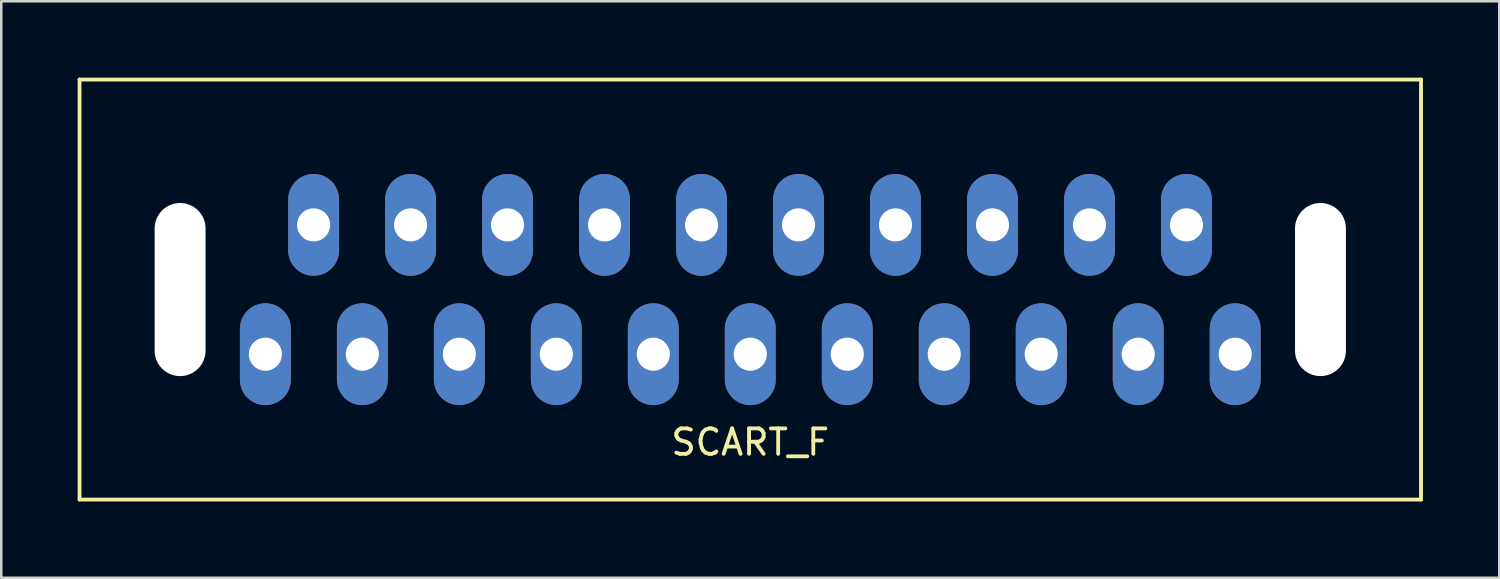
<source format=kicad_pcb>
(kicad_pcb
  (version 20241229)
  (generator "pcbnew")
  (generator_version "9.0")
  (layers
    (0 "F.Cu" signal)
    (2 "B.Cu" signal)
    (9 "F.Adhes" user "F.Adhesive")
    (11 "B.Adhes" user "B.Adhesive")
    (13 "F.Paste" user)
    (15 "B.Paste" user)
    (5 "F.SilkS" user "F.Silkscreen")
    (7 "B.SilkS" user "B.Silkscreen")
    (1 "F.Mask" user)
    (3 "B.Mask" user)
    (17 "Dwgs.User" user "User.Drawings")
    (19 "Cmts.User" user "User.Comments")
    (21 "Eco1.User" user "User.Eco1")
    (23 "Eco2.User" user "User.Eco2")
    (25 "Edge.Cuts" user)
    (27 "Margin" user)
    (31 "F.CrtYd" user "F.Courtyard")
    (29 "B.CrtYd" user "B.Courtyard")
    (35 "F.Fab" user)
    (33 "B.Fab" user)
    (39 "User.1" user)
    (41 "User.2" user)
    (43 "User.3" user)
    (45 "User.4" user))
  (footprint "SCART_F"
    (layer "F.Cu")
    (at 26.425 8.325)
    (property "Reference" "SCART_F" (at 0 6 0) (layer "F.SilkS") (effects (font (size 1 1) (thickness 0.15))))
    (attr through_hole)
    (fp_line (start -26.35 -8.25) (end 26.35 -8.25) (stroke (width 0.15) (type solid)) (layer "F.SilkS"))
    (fp_line (start -26.35 8.25) (end -26.35 -8.25) (stroke (width 0.15) (type solid)) (layer "F.SilkS"))
    (fp_line (start 26.35 -8.25) (end 26.35 8.25) (stroke (width 0.15) (type solid)) (layer "F.SilkS"))
    (fp_line (start 26.35 8.25) (end -26.35 8.25) (stroke (width 0.15) (type solid)) (layer "F.SilkS"))
    (pad "" np_thru_hole oval (at -22.4 0) (size 2 6.8) (drill oval 2 6.8) (layers "*.Cu" "*.Mask"))
    (pad "" np_thru_hole oval (at 22.4 0) (size 2 6.8) (drill oval 2 6.8) (layers "*.Cu" "*.Mask"))
    (pad "1" thru_hole oval (at 19.05 2.54) (size 2 4) (drill 1.3) (layers "*.Cu" "*.Mask"))
    (pad "2" thru_hole oval (at 17.135 -2.54) (size 2 4) (drill 1.3) (layers "*.Cu" "*.Mask"))
    (pad "3" thru_hole oval (at 15.24 2.54) (size 2 4) (drill 1.3) (layers "*.Cu" "*.Mask"))
    (pad "4" thru_hole oval (at 13.325 -2.54) (size 2 4) (drill 1.3) (layers "*.Cu" "*.Mask"))
    (pad "5" thru_hole oval (at 11.43 2.54) (size 2 4) (drill 1.3) (layers "*.Cu" "*.Mask"))
    (pad "6" thru_hole oval (at 9.515 -2.54) (size 2 4) (drill 1.3) (layers "*.Cu" "*.Mask"))
    (pad "7" thru_hole oval (at 7.62 2.54) (size 2 4) (drill 1.3) (layers "*.Cu" "*.Mask"))
    (pad "9" thru_hole oval (at 3.81 2.54) (size 2 4) (drill 1.3) (layers "*.Cu" "*.Mask"))
    (pad "10" thru_hole oval (at 1.895 -2.54) (size 2 4) (drill 1.3) (layers "*.Cu" "*.Mask"))
    (pad "11" thru_hole oval (at 0 2.54) (size 2 4) (drill 1.3) (layers "*.Cu" "*.Mask"))
    (pad "12" thru_hole oval (at -1.915 -2.54) (size 2 4) (drill 1.3) (layers "*.Cu" "*.Mask"))
    (pad "13" thru_hole oval (at -3.81 2.54) (size 2 4) (drill 1.3) (layers "*.Cu" "*.Mask"))
    (pad "14" thru_hole oval (at -5.725 -2.54) (size 2 4) (drill 1.3) (layers "*.Cu" "*.Mask"))
    (pad "15" thru_hole oval (at -7.62 2.54) (size 2 4) (drill 1.3) (layers "*.Cu" "*.Mask"))
    (pad "16" thru_hole oval (at -9.535 -2.54) (size 2 4) (drill 1.3) (layers "*.Cu" "*.Mask"))
    (pad "17" thru_hole oval (at -11.43 2.54) (size 2 4) (drill 1.3) (layers "*.Cu" "*.Mask"))
    (pad "18" thru_hole oval (at -13.345 -2.54) (size 2 4) (drill 1.3) (layers "*.Cu" "*.Mask"))
    (pad "19" thru_hole oval (at -15.24 2.54) (size 2 4) (drill 1.3) (layers "*.Cu" "*.Mask"))
    (pad "20" thru_hole oval (at -17.155 -2.54) (size 2 4) (drill 1.3) (layers "*.Cu" "*.Mask"))
    (pad "21" thru_hole oval (at -19.05 2.54) (size 2 4) (drill 1.3) (layers "*.Cu" "*.Mask"))
    (pad "e8" thru_hole oval (at 5.705 -2.54) (size 2 4) (drill 1.3) (layers "*.Cu" "*.Mask")))
  (gr_rect
    (start -3 -3)
    (end 55.85 19.65)
    (stroke (width 0.1) (type default))
    (fill no)
    (layer "Edge.Cuts")))
</source>
